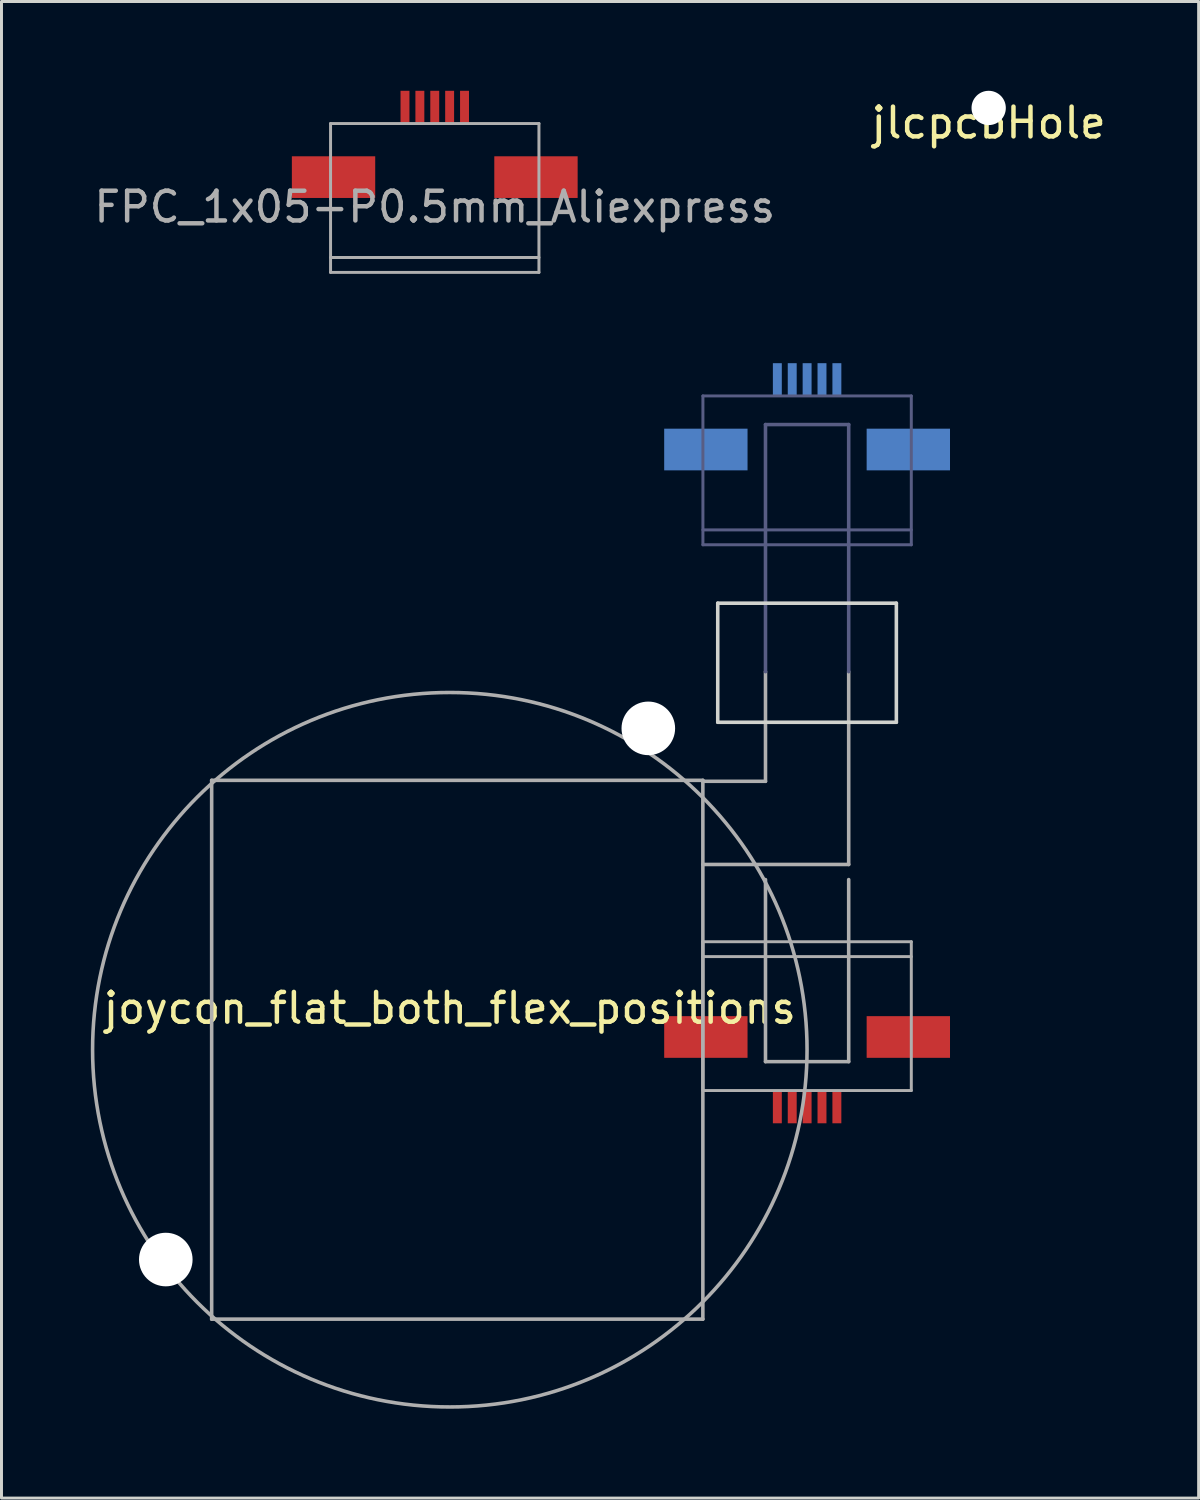
<source format=kicad_pcb>
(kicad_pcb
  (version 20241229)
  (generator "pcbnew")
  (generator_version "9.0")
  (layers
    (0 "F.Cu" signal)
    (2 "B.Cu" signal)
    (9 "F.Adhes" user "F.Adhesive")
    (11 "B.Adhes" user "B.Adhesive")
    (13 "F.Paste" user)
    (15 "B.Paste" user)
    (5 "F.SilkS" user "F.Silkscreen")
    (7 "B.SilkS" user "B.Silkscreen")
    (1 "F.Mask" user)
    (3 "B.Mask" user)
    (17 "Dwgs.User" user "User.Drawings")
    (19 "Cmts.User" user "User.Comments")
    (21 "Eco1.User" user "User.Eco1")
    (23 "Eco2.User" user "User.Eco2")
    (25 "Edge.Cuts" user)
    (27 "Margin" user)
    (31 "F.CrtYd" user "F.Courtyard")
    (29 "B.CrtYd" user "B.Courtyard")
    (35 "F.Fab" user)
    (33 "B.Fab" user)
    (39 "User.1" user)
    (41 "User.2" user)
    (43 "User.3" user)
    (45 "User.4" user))
  (footprint "joycon_flat_both_flex_positions"
    (layer "F.Cu")
    (at 12.06 32.212)
    (property "Reference" "joycon_flat_both_flex_positions" (at 0 -1.397 0) (layer "F.SilkS") (effects (font (size 1 1) (thickness 0.15))))
    (attr through_hole)
    (fp_line (start 9 -15) (end 15 -15) (stroke (width 0.12) (type solid)) (layer "Edge.Cuts"))
    (fp_line (start 9 -11) (end 9 -15) (stroke (width 0.12) (type solid)) (layer "Edge.Cuts"))
    (fp_line (start 9 -11) (end 15 -11) (stroke (width 0.12) (type solid)) (layer "Edge.Cuts"))
    (fp_line (start 15 -11) (end 15 -15) (stroke (width 0.12) (type solid)) (layer "Edge.Cuts"))
    (fp_line (start 8.502 -21.962) (end 8.502 -16.962) (stroke (width 0.1) (type solid)) (layer "B.Fab"))
    (fp_line (start 8.502 -21.962) (end 15.502 -21.962) (stroke (width 0.1) (type solid)) (layer "B.Fab"))
    (fp_line (start 8.502 -17.462) (end 15.502 -17.462) (stroke (width 0.1) (type solid)) (layer "B.Fab"))
    (fp_line (start 8.502 -16.962) (end 15.502 -16.962) (stroke (width 0.1) (type solid)) (layer "B.Fab"))
    (fp_line (start 10.604 -21) (end 10.604 -12.7) (stroke (width 0.12) (type solid)) (layer "B.Fab"))
    (fp_line (start 10.604 -21) (end 13.399 -21) (stroke (width 0.12) (type solid)) (layer "B.Fab"))
    (fp_line (start 13.399 -21) (end 13.399 -12.7) (stroke (width 0.12) (type solid)) (layer "B.Fab"))
    (fp_line (start 15.502 -21.962) (end 15.502 -16.962) (stroke (width 0.1) (type solid)) (layer "B.Fab"))
    (fp_line (start -8 -9.05) (end -8 9.05) (stroke (width 0.12) (type solid)) (layer "F.Fab"))
    (fp_line (start -8 -9.05) (end 8.5 -9.05) (stroke (width 0.12) (type solid)) (layer "F.Fab"))
    (fp_line (start -8 9.05) (end 8.5 9.05) (stroke (width 0.12) (type solid)) (layer "F.Fab"))
    (fp_line (start 8.5 -9.05) (end 8.5 9.05) (stroke (width 0.12) (type solid)) (layer "F.Fab"))
    (fp_line (start 8.502 -3.628) (end 15.502 -3.628) (stroke (width 0.1) (type solid)) (layer "F.Fab"))
    (fp_line (start 8.502 -3.128) (end 15.502 -3.128) (stroke (width 0.1) (type solid)) (layer "F.Fab"))
    (fp_line (start 8.502 1.371) (end 8.502 -3.628) (stroke (width 0.1) (type solid)) (layer "F.Fab"))
    (fp_line (start 8.502 1.371) (end 15.502 1.371) (stroke (width 0.1) (type solid)) (layer "F.Fab"))
    (fp_line (start 10.604 -12.7) (end 10.604 -9.017) (stroke (width 0.12) (type solid)) (layer "F.Fab"))
    (fp_line (start 10.604 -9.017) (end 8.5 -9.017) (stroke (width 0.12) (type solid)) (layer "F.Fab"))
    (fp_line (start 10.604 -5.715) (end 10.604 0.4) (stroke (width 0.12) (type solid)) (layer "F.Fab"))
    (fp_line (start 13.399 -12.7) (end 13.399 -6.223) (stroke (width 0.12) (type solid)) (layer "F.Fab"))
    (fp_line (start 13.399 -6.223) (end 8.5 -6.223) (stroke (width 0.12) (type solid)) (layer "F.Fab"))
    (fp_line (start 13.399 -5.715) (end 13.399 0.4) (stroke (width 0.12) (type solid)) (layer "F.Fab"))
    (fp_line (start 13.399 0.4) (end 10.604 0.4) (stroke (width 0.12) (type solid)) (layer "F.Fab"))
    (fp_line (start 15.502 1.371) (end 15.502 -3.628) (stroke (width 0.1) (type solid)) (layer "F.Fab"))
    (fp_circle (center 0 0) (end 12 0) (stroke (width 0.12) (type solid)) (fill no) (layer "F.Fab"))
    (pad "" np_thru_hole circle (at -9.541 7.048) (size 1.8 1.8) (drill 1.8) (layers "*.Cu" "*.Mask"))
    (pad "" np_thru_hole circle (at 6.668 -10.795) (size 1.8 1.8) (drill 1.8) (layers "*.Cu" "*.Mask"))
    (pad "GND" smd rect (at 11.502 -22.512) (size 0.3 1.1) (layers "B.Cu" "B.Mask" "B.Paste"))
    (pad "GND" smd rect (at 11.502 1.921) (size 0.3 1.1) (layers "F.Cu" "F.Mask" "F.Paste"))
    (pad "Left_Right" smd rect (at 11.002 -22.512) (size 0.3 1.1) (layers "B.Cu" "B.Mask" "B.Paste"))
    (pad "Left_Right" smd rect (at 11.002 1.921) (size 0.3 1.1) (layers "F.Cu" "F.Mask" "F.Paste"))
    (pad "NC" smd rect (at 8.601 -20.162) (size 2.8 1.4) (layers "B.Cu" "B.Mask" "B.Paste"))
    (pad "NC" smd rect (at 8.601 -0.428) (size 2.8 1.4) (layers "F.Cu" "F.Mask" "F.Paste"))
    (pad "NC" smd rect (at 15.402 -20.162) (size 2.8 1.4) (layers "B.Cu" "B.Mask" "B.Paste"))
    (pad "NC" smd rect (at 15.402 -0.428) (size 2.8 1.4) (layers "F.Cu" "F.Mask" "F.Paste"))
    (pad "Push_button" smd rect (at 12.002 -22.512) (size 0.3 1.1) (layers "B.Cu" "B.Mask" "B.Paste"))
    (pad "Push_button" smd rect (at 12.002 1.921) (size 0.3 1.1) (layers "F.Cu" "F.Mask" "F.Paste"))
    (pad "Up_Down" smd rect (at 12.502 -22.512) (size 0.3 1.1) (layers "B.Cu" "B.Mask" "B.Paste"))
    (pad "Up_Down" smd rect (at 12.502 1.921) (size 0.3 1.1) (layers "F.Cu" "F.Mask" "F.Paste"))
    (pad "VCC" smd rect (at 13.002 -22.512) (size 0.3 1.1) (layers "B.Cu" "B.Mask" "B.Paste"))
    (pad "VCC" smd rect (at 13.002 1.921) (size 0.3 1.1) (layers "F.Cu" "F.Mask" "F.Paste")))
  (footprint "FPC_1x05-P0.5mm_Aliexpress"
    (layer "F.Cu")
    (at 11.554 1.9)
    (property "Reference" "FPC_1x05-P0.5mm_Aliexpress" (at 0 2 0) (layer "F.Fab") (effects (font (size 1 1) (thickness 0.15))))
    (attr smd)
    (fp_line (start -3.5 -0.8) (end -3.5 4.2) (stroke (width 0.1) (type solid)) (layer "F.Fab"))
    (fp_line (start -3.5 -0.8) (end 3.5 -0.8) (stroke (width 0.1) (type solid)) (layer "F.Fab"))
    (fp_line (start -3.5 3.7) (end 3.5 3.7) (stroke (width 0.1) (type solid)) (layer "F.Fab"))
    (fp_line (start -3.5 4.2) (end 3.5 4.2) (stroke (width 0.1) (type solid)) (layer "F.Fab"))
    (fp_line (start 3.5 -0.8) (end 3.5 4.2) (stroke (width 0.1) (type solid)) (layer "F.Fab"))
    (pad "GND" smd rect (at 0.5 -1.35) (size 0.3 1.1) (layers "F.Cu" "F.Mask" "F.Paste"))
    (pad "Left_Right" smd rect (at 1 -1.35) (size 0.3 1.1) (layers "F.Cu" "F.Mask" "F.Paste"))
    (pad "MP" smd rect (at -3.4 1) (size 2.8 1.4) (layers "F.Cu" "F.Mask" "F.Paste"))
    (pad "MP" smd rect (at 3.4 1) (size 2.8 1.4) (layers "F.Cu" "F.Mask" "F.Paste"))
    (pad "Push_button" smd rect (at 0 -1.35) (size 0.3 1.1) (layers "F.Cu" "F.Mask" "F.Paste"))
    (pad "Up_Down" smd rect (at -0.5 -1.35) (size 0.3 1.1) (layers "F.Cu" "F.Mask" "F.Paste"))
    (pad "VCC" smd rect (at -1 -1.35) (size 0.3 1.1) (layers "F.Cu" "F.Mask" "F.Paste")))
  (footprint "jlcpcbHole"
    (layer "F.Cu")
    (at 30.161 0.576)
    (property "Reference" "jlcpcbHole" (at 0 0.5 0) (layer "F.SilkS") (effects (font (size 1 1) (thickness 0.15))))
    (attr through_hole)
    (pad "" np_thru_hole circle (at 0 0) (size 1.152 1.152) (drill 1.152) (layers "*.Cu" "*.Mask")))
  (gr_rect
    (start -3 -3)
    (end 37.214 47.272)
    (stroke (width 0.1) (type default))
    (fill no)
    (layer "Edge.Cuts")))
</source>
